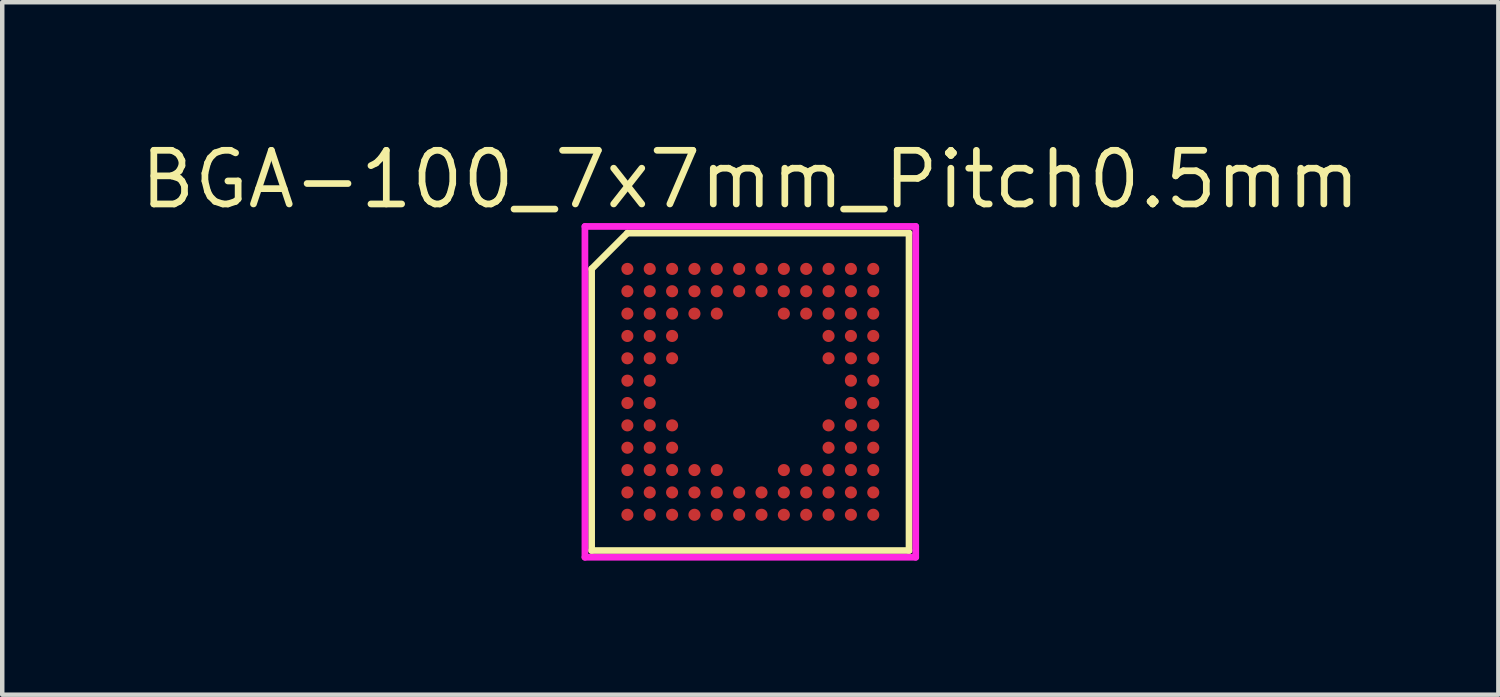
<source format=kicad_pcb>
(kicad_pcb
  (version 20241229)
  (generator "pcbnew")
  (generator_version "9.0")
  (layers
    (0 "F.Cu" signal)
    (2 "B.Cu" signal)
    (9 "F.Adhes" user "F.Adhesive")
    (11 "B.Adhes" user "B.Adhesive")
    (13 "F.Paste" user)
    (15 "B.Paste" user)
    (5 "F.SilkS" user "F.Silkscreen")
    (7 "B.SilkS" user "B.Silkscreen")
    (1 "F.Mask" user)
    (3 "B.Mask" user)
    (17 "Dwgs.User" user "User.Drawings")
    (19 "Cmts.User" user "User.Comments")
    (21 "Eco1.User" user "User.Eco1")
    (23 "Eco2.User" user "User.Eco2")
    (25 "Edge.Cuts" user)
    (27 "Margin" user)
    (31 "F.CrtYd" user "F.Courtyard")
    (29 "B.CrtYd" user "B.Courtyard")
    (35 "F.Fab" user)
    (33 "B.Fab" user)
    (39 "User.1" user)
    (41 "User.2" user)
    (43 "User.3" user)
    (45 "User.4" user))
  (footprint "BGA-100_7x7mm_Pitch0.5mm"
    (layer "F.Cu")
    (at 13.734 5.715)
    (property "Reference" "BGA-100_7x7mm_Pitch0.5mm" (at 0 -4.75 0) (layer "F.SilkS") (effects (font (size 1.2 1.2) (thickness 0.15))))
    (attr through_hole)
    (fp_line (start -3.55 -2.75) (end -3.55 3.55) (stroke (width 0.15) (type solid)) (layer "F.SilkS"))
    (fp_line (start -3.55 3.55) (end 3.55 3.55) (stroke (width 0.15) (type solid)) (layer "F.SilkS"))
    (fp_line (start -2.75 -3.55) (end -3.55 -2.75) (stroke (width 0.15) (type solid)) (layer "F.SilkS"))
    (fp_line (start 3.55 -3.55) (end -2.75 -3.55) (stroke (width 0.15) (type solid)) (layer "F.SilkS"))
    (fp_line (start 3.55 3.55) (end 3.55 -3.55) (stroke (width 0.15) (type solid)) (layer "F.SilkS"))
    (fp_line (start -3.7 -3.7) (end 3.7 -3.7) (stroke (width 0.15) (type solid)) (layer "F.CrtYd"))
    (fp_line (start -3.7 3.7) (end -3.7 -3.7) (stroke (width 0.15) (type solid)) (layer "F.CrtYd"))
    (fp_line (start 3.7 -3.7) (end 3.7 3.7) (stroke (width 0.15) (type solid)) (layer "F.CrtYd"))
    (fp_line (start 3.7 3.7) (end -3.7 3.7) (stroke (width 0.15) (type solid)) (layer "F.CrtYd"))
    (pad "A1" smd circle (at -2.75 -2.75) (size 0.27 0.27) (layers "F.Cu" "F.Mask" "F.Paste"))
    (pad "A2" smd circle (at -2.25 -2.75) (size 0.27 0.27) (layers "F.Cu" "F.Mask" "F.Paste"))
    (pad "A3" smd circle (at -1.75 -2.75) (size 0.27 0.27) (layers "F.Cu" "F.Mask" "F.Paste"))
    (pad "A4" smd circle (at -1.25 -2.75) (size 0.27 0.27) (layers "F.Cu" "F.Mask" "F.Paste"))
    (pad "A5" smd circle (at -0.75 -2.75) (size 0.27 0.27) (layers "F.Cu" "F.Mask" "F.Paste"))
    (pad "A6" smd circle (at -0.25 -2.75) (size 0.27 0.27) (layers "F.Cu" "F.Mask" "F.Paste"))
    (pad "A7" smd circle (at 0.25 -2.75) (size 0.27 0.27) (layers "F.Cu" "F.Mask" "F.Paste"))
    (pad "A8" smd circle (at 0.75 -2.75) (size 0.27 0.27) (layers "F.Cu" "F.Mask" "F.Paste"))
    (pad "A9" smd circle (at 1.25 -2.75) (size 0.27 0.27) (layers "F.Cu" "F.Mask" "F.Paste"))
    (pad "A10" smd circle (at 1.75 -2.75) (size 0.27 0.27) (layers "F.Cu" "F.Mask" "F.Paste"))
    (pad "A11" smd circle (at 2.25 -2.75) (size 0.27 0.27) (layers "F.Cu" "F.Mask" "F.Paste"))
    (pad "A12" smd circle (at 2.75 -2.75) (size 0.27 0.27) (layers "F.Cu" "F.Mask" "F.Paste"))
    (pad "B1" smd circle (at -2.75 -2.25) (size 0.27 0.27) (layers "F.Cu" "F.Mask" "F.Paste"))
    (pad "B2" smd circle (at -2.25 -2.25) (size 0.27 0.27) (layers "F.Cu" "F.Mask" "F.Paste"))
    (pad "B3" smd circle (at -1.75 -2.25) (size 0.27 0.27) (layers "F.Cu" "F.Mask" "F.Paste"))
    (pad "B4" smd circle (at -1.25 -2.25) (size 0.27 0.27) (layers "F.Cu" "F.Mask" "F.Paste"))
    (pad "B5" smd circle (at -0.75 -2.25) (size 0.27 0.27) (layers "F.Cu" "F.Mask" "F.Paste"))
    (pad "B6" smd circle (at -0.25 -2.25) (size 0.27 0.27) (layers "F.Cu" "F.Mask" "F.Paste"))
    (pad "B7" smd circle (at 0.25 -2.25) (size 0.27 0.27) (layers "F.Cu" "F.Mask" "F.Paste"))
    (pad "B8" smd circle (at 0.75 -2.25) (size 0.27 0.27) (layers "F.Cu" "F.Mask" "F.Paste"))
    (pad "B9" smd circle (at 1.25 -2.25) (size 0.27 0.27) (layers "F.Cu" "F.Mask" "F.Paste"))
    (pad "B10" smd circle (at 1.75 -2.25) (size 0.27 0.27) (layers "F.Cu" "F.Mask" "F.Paste"))
    (pad "B11" smd circle (at 2.25 -2.25) (size 0.27 0.27) (layers "F.Cu" "F.Mask" "F.Paste"))
    (pad "B12" smd circle (at 2.75 -2.25) (size 0.27 0.27) (layers "F.Cu" "F.Mask" "F.Paste"))
    (pad "C1" smd circle (at -2.75 -1.75) (size 0.27 0.27) (layers "F.Cu" "F.Mask" "F.Paste"))
    (pad "C2" smd circle (at -2.25 -1.75) (size 0.27 0.27) (layers "F.Cu" "F.Mask" "F.Paste"))
    (pad "C3" smd circle (at -1.75 -1.75) (size 0.27 0.27) (layers "F.Cu" "F.Mask" "F.Paste"))
    (pad "C4" smd circle (at -1.25 -1.75) (size 0.27 0.27) (layers "F.Cu" "F.Mask" "F.Paste"))
    (pad "C5" smd circle (at -0.75 -1.75) (size 0.27 0.27) (layers "F.Cu" "F.Mask" "F.Paste"))
    (pad "C8" smd circle (at 0.75 -1.75) (size 0.27 0.27) (layers "F.Cu" "F.Mask" "F.Paste"))
    (pad "C9" smd circle (at 1.25 -1.75) (size 0.27 0.27) (layers "F.Cu" "F.Mask" "F.Paste"))
    (pad "C10" smd circle (at 1.75 -1.75) (size 0.27 0.27) (layers "F.Cu" "F.Mask" "F.Paste"))
    (pad "C11" smd circle (at 2.25 -1.75) (size 0.27 0.27) (layers "F.Cu" "F.Mask" "F.Paste"))
    (pad "C12" smd circle (at 2.75 -1.75) (size 0.27 0.27) (layers "F.Cu" "F.Mask" "F.Paste"))
    (pad "D1" smd circle (at -2.75 -1.25) (size 0.27 0.27) (layers "F.Cu" "F.Mask" "F.Paste"))
    (pad "D2" smd circle (at -2.25 -1.25) (size 0.27 0.27) (layers "F.Cu" "F.Mask" "F.Paste"))
    (pad "D3" smd circle (at -1.75 -1.25) (size 0.27 0.27) (layers "F.Cu" "F.Mask" "F.Paste"))
    (pad "D10" smd circle (at 1.75 -1.25) (size 0.27 0.27) (layers "F.Cu" "F.Mask" "F.Paste"))
    (pad "D11" smd circle (at 2.25 -1.25) (size 0.27 0.27) (layers "F.Cu" "F.Mask" "F.Paste"))
    (pad "D12" smd circle (at 2.75 -1.25) (size 0.27 0.27) (layers "F.Cu" "F.Mask" "F.Paste"))
    (pad "E1" smd circle (at -2.75 -0.75) (size 0.27 0.27) (layers "F.Cu" "F.Mask" "F.Paste"))
    (pad "E2" smd circle (at -2.25 -0.75) (size 0.27 0.27) (layers "F.Cu" "F.Mask" "F.Paste"))
    (pad "E3" smd circle (at -1.75 -0.75) (size 0.27 0.27) (layers "F.Cu" "F.Mask" "F.Paste"))
    (pad "E10" smd circle (at 1.75 -0.75) (size 0.27 0.27) (layers "F.Cu" "F.Mask" "F.Paste"))
    (pad "E11" smd circle (at 2.25 -0.75) (size 0.27 0.27) (layers "F.Cu" "F.Mask" "F.Paste"))
    (pad "E12" smd circle (at 2.75 -0.75) (size 0.27 0.27) (layers "F.Cu" "F.Mask" "F.Paste"))
    (pad "F1" smd circle (at -2.75 -0.25) (size 0.27 0.27) (layers "F.Cu" "F.Mask" "F.Paste"))
    (pad "F2" smd circle (at -2.25 -0.25) (size 0.27 0.27) (layers "F.Cu" "F.Mask" "F.Paste"))
    (pad "F11" smd circle (at 2.25 -0.25) (size 0.27 0.27) (layers "F.Cu" "F.Mask" "F.Paste"))
    (pad "F12" smd circle (at 2.75 -0.25) (size 0.27 0.27) (layers "F.Cu" "F.Mask" "F.Paste"))
    (pad "G1" smd circle (at -2.75 0.25) (size 0.27 0.27) (layers "F.Cu" "F.Mask" "F.Paste"))
    (pad "G2" smd circle (at -2.25 0.25) (size 0.27 0.27) (layers "F.Cu" "F.Mask" "F.Paste"))
    (pad "G11" smd circle (at 2.25 0.25) (size 0.27 0.27) (layers "F.Cu" "F.Mask" "F.Paste"))
    (pad "G12" smd circle (at 2.75 0.25) (size 0.27 0.27) (layers "F.Cu" "F.Mask" "F.Paste"))
    (pad "H1" smd circle (at -2.75 0.75) (size 0.27 0.27) (layers "F.Cu" "F.Mask" "F.Paste"))
    (pad "H2" smd circle (at -2.25 0.75) (size 0.27 0.27) (layers "F.Cu" "F.Mask" "F.Paste"))
    (pad "H3" smd circle (at -1.75 0.75) (size 0.27 0.27) (layers "F.Cu" "F.Mask" "F.Paste"))
    (pad "H10" smd circle (at 1.75 0.75) (size 0.27 0.27) (layers "F.Cu" "F.Mask" "F.Paste"))
    (pad "H11" smd circle (at 2.25 0.75) (size 0.27 0.27) (layers "F.Cu" "F.Mask" "F.Paste"))
    (pad "H12" smd circle (at 2.75 0.75) (size 0.27 0.27) (layers "F.Cu" "F.Mask" "F.Paste"))
    (pad "J1" smd circle (at -2.75 1.25) (size 0.27 0.27) (layers "F.Cu" "F.Mask" "F.Paste"))
    (pad "J2" smd circle (at -2.25 1.25) (size 0.27 0.27) (layers "F.Cu" "F.Mask" "F.Paste"))
    (pad "J3" smd circle (at -1.75 1.25) (size 0.27 0.27) (layers "F.Cu" "F.Mask" "F.Paste"))
    (pad "J10" smd circle (at 1.75 1.25) (size 0.27 0.27) (layers "F.Cu" "F.Mask" "F.Paste"))
    (pad "J11" smd circle (at 2.25 1.25) (size 0.27 0.27) (layers "F.Cu" "F.Mask" "F.Paste"))
    (pad "J12" smd circle (at 2.75 1.25) (size 0.27 0.27) (layers "F.Cu" "F.Mask" "F.Paste"))
    (pad "K1" smd circle (at -2.75 1.75) (size 0.27 0.27) (layers "F.Cu" "F.Mask" "F.Paste"))
    (pad "K2" smd circle (at -2.25 1.75) (size 0.27 0.27) (layers "F.Cu" "F.Mask" "F.Paste"))
    (pad "K3" smd circle (at -1.75 1.75) (size 0.27 0.27) (layers "F.Cu" "F.Mask" "F.Paste"))
    (pad "K4" smd circle (at -1.25 1.75) (size 0.27 0.27) (layers "F.Cu" "F.Mask" "F.Paste"))
    (pad "K5" smd circle (at -0.75 1.75) (size 0.27 0.27) (layers "F.Cu" "F.Mask" "F.Paste"))
    (pad "K8" smd circle (at 0.75 1.75) (size 0.27 0.27) (layers "F.Cu" "F.Mask" "F.Paste"))
    (pad "K9" smd circle (at 1.25 1.75) (size 0.27 0.27) (layers "F.Cu" "F.Mask" "F.Paste"))
    (pad "K10" smd circle (at 1.75 1.75) (size 0.27 0.27) (layers "F.Cu" "F.Mask" "F.Paste"))
    (pad "K11" smd circle (at 2.25 1.75) (size 0.27 0.27) (layers "F.Cu" "F.Mask" "F.Paste"))
    (pad "K12" smd circle (at 2.75 1.75) (size 0.27 0.27) (layers "F.Cu" "F.Mask" "F.Paste"))
    (pad "L1" smd circle (at -2.75 2.25) (size 0.27 0.27) (layers "F.Cu" "F.Mask" "F.Paste"))
    (pad "L2" smd circle (at -2.25 2.25) (size 0.27 0.27) (layers "F.Cu" "F.Mask" "F.Paste"))
    (pad "L3" smd circle (at -1.75 2.25) (size 0.27 0.27) (layers "F.Cu" "F.Mask" "F.Paste"))
    (pad "L4" smd circle (at -1.25 2.25) (size 0.27 0.27) (layers "F.Cu" "F.Mask" "F.Paste"))
    (pad "L5" smd circle (at -0.75 2.25) (size 0.27 0.27) (layers "F.Cu" "F.Mask" "F.Paste"))
    (pad "L6" smd circle (at -0.25 2.25) (size 0.27 0.27) (layers "F.Cu" "F.Mask" "F.Paste"))
    (pad "L7" smd circle (at 0.25 2.25) (size 0.27 0.27) (layers "F.Cu" "F.Mask" "F.Paste"))
    (pad "L8" smd circle (at 0.75 2.25) (size 0.27 0.27) (layers "F.Cu" "F.Mask" "F.Paste"))
    (pad "L9" smd circle (at 1.25 2.25) (size 0.27 0.27) (layers "F.Cu" "F.Mask" "F.Paste"))
    (pad "L10" smd circle (at 1.75 2.25) (size 0.27 0.27) (layers "F.Cu" "F.Mask" "F.Paste"))
    (pad "L11" smd circle (at 2.25 2.25) (size 0.27 0.27) (layers "F.Cu" "F.Mask" "F.Paste"))
    (pad "L12" smd circle (at 2.75 2.25) (size 0.27 0.27) (layers "F.Cu" "F.Mask" "F.Paste"))
    (pad "M1" smd circle (at -2.75 2.75) (size 0.27 0.27) (layers "F.Cu" "F.Mask" "F.Paste"))
    (pad "M2" smd circle (at -2.25 2.75) (size 0.27 0.27) (layers "F.Cu" "F.Mask" "F.Paste"))
    (pad "M3" smd circle (at -1.75 2.75) (size 0.27 0.27) (layers "F.Cu" "F.Mask" "F.Paste"))
    (pad "M4" smd circle (at -1.25 2.75) (size 0.27 0.27) (layers "F.Cu" "F.Mask" "F.Paste"))
    (pad "M5" smd circle (at -0.75 2.75) (size 0.27 0.27) (layers "F.Cu" "F.Mask" "F.Paste"))
    (pad "M6" smd circle (at -0.25 2.75) (size 0.27 0.27) (layers "F.Cu" "F.Mask" "F.Paste"))
    (pad "M7" smd circle (at 0.25 2.75) (size 0.27 0.27) (layers "F.Cu" "F.Mask" "F.Paste"))
    (pad "M8" smd circle (at 0.75 2.75) (size 0.27 0.27) (layers "F.Cu" "F.Mask" "F.Paste"))
    (pad "M9" smd circle (at 1.25 2.75) (size 0.27 0.27) (layers "F.Cu" "F.Mask" "F.Paste"))
    (pad "M10" smd circle (at 1.75 2.75) (size 0.27 0.27) (layers "F.Cu" "F.Mask" "F.Paste"))
    (pad "M11" smd circle (at 2.25 2.75) (size 0.27 0.27) (layers "F.Cu" "F.Mask" "F.Paste"))
    (pad "M12" smd circle (at 2.75 2.75) (size 0.27 0.27) (layers "F.Cu" "F.Mask" "F.Paste")))
  (gr_rect
    (start -3 -3)
    (end 30.467 12.49)
    (stroke (width 0.1) (type default))
    (fill no)
    (layer "Edge.Cuts")))
</source>
